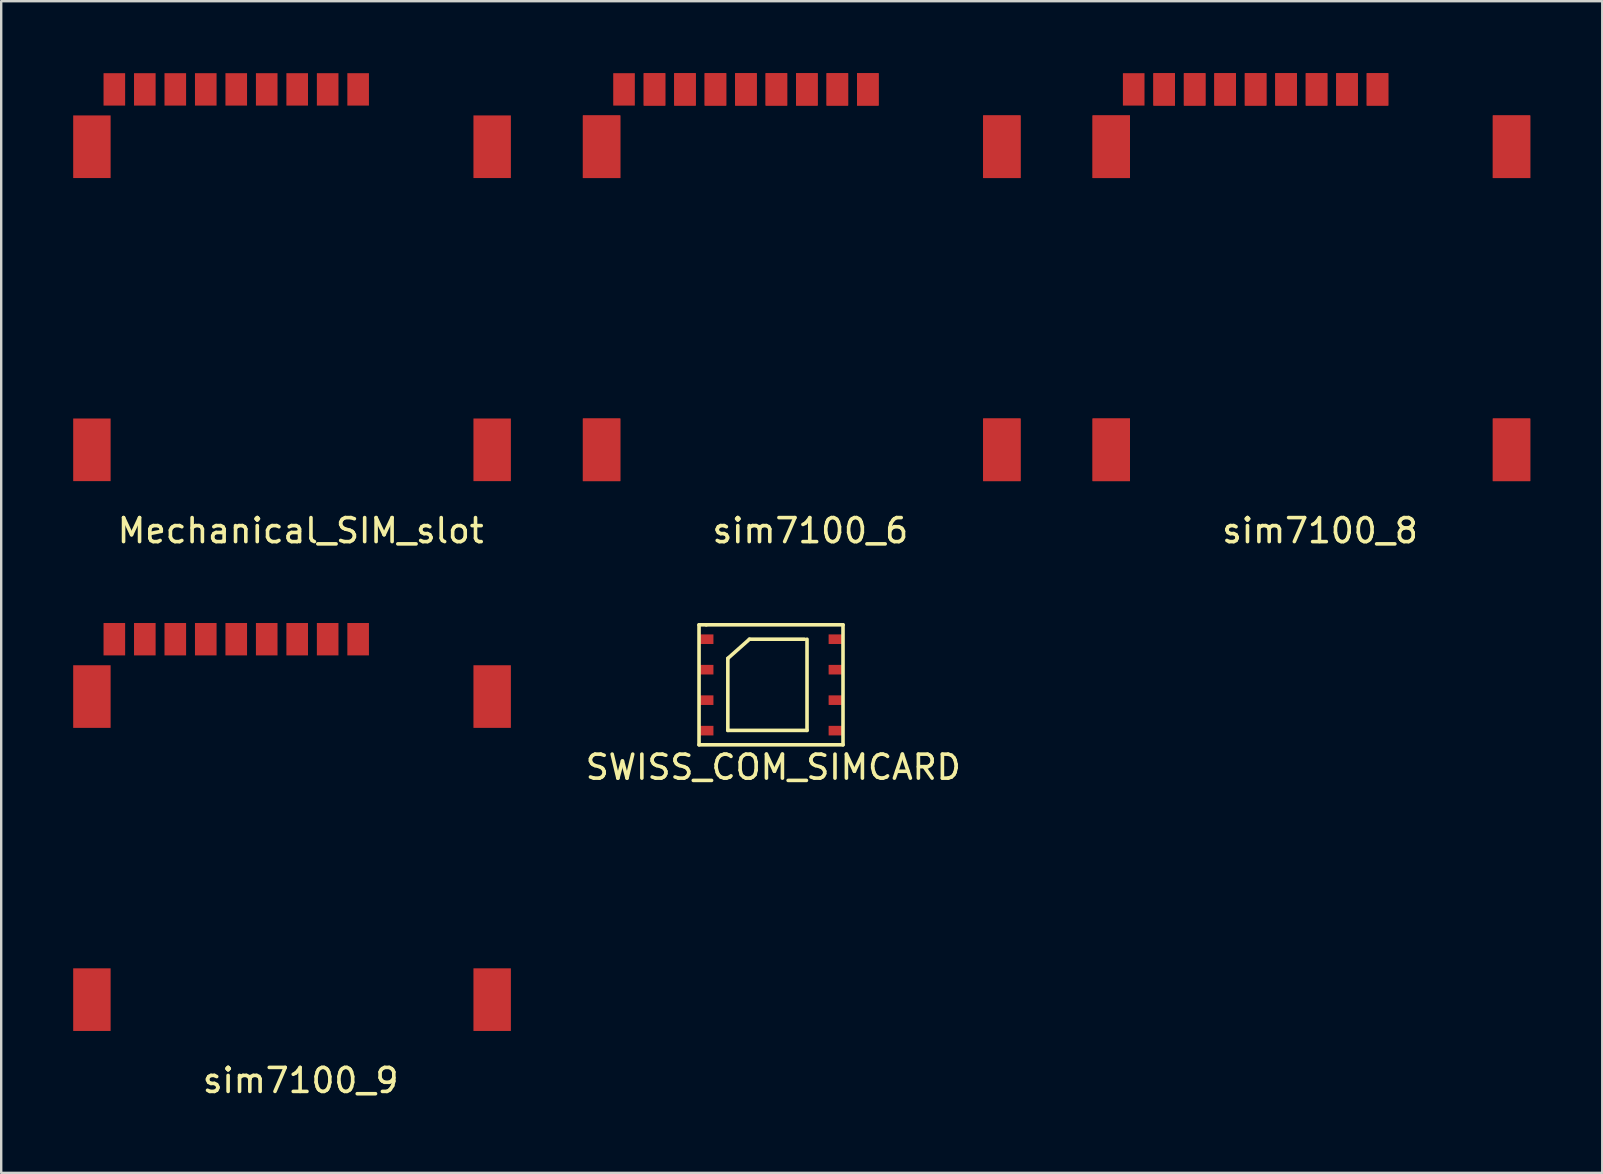
<source format=kicad_pcb>
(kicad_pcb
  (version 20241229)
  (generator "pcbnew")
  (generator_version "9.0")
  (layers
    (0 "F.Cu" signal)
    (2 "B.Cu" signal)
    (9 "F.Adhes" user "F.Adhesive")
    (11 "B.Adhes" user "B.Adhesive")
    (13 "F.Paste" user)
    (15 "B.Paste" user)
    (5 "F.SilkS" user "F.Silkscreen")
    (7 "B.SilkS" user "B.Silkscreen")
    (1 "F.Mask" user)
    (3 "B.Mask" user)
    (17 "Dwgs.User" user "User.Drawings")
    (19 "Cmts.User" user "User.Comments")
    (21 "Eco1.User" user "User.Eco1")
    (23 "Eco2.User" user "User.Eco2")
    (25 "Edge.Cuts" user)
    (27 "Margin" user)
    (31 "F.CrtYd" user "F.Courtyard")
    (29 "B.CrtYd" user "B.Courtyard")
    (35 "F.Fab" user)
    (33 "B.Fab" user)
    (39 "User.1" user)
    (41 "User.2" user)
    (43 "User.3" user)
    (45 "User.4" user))
  (footprint "sim7100_6"
    (layer "F.Cu")
    (at 22.02 3.065)
    (property "Reference" "sim7100_6" (at 8.7 16 0) (layer "F.SilkS") (effects (font (size 1 1) (thickness 0.15))))
    (attr through_hole)
    (pad "" smd rect (at 0 0) (size 1.56 2.61) (layers "F.Cu" "F.Mask" "F.Paste"))
    (pad "" smd rect (at 0 0) (size 1.56 2.61) (layers "F.Cu" "F.Mask" "F.Paste"))
    (pad "" smd rect (at 0 12.63) (size 1.56 2.61) (layers "F.Cu" "F.Mask" "F.Paste"))
    (pad "" smd rect (at 0 12.63) (size 1.56 2.61) (layers "F.Cu" "F.Mask" "F.Paste"))
    (pad "" smd rect (at 0.935 -2.39) (size 0.9 1.35) (layers "F.Cu" "F.Mask" "F.Paste"))
    (pad "" smd rect (at 16.68 0) (size 1.56 2.61) (layers "F.Cu" "F.Mask" "F.Paste"))
    (pad "" smd rect (at 16.68 0) (size 1.56 2.61) (layers "F.Cu" "F.Mask" "F.Paste"))
    (pad "" smd rect (at 16.68 12.63) (size 1.56 2.61) (layers "F.Cu" "F.Mask" "F.Paste"))
    (pad "" smd rect (at 16.68 12.63) (size 1.56 2.61) (layers "F.Cu" "F.Mask" "F.Paste"))
    (pad "1" smd rect (at 11.095 -2.39) (size 0.9 1.35) (layers "F.Cu" "F.Mask" "F.Paste"))
    (pad "1" smd rect (at 11.095 -2.39) (size 0.9 1.35) (layers "F.Cu" "F.Mask" "F.Paste"))
    (pad "2" smd rect (at 9.825 -2.39) (size 0.9 1.35) (layers "F.Cu" "F.Mask" "F.Paste"))
    (pad "2" smd rect (at 9.825 -2.39) (size 0.9 1.35) (layers "F.Cu" "F.Mask" "F.Paste"))
    (pad "3" smd rect (at 8.555 -2.39) (size 0.9 1.35) (layers "F.Cu" "F.Mask" "F.Paste"))
    (pad "3" smd rect (at 8.555 -2.39) (size 0.9 1.35) (layers "F.Cu" "F.Mask" "F.Paste"))
    (pad "4" smd rect (at 7.285 -2.39) (size 0.9 1.35) (layers "F.Cu" "F.Mask" "F.Paste"))
    (pad "4" smd rect (at 7.285 -2.39) (size 0.9 1.35) (layers "F.Cu" "F.Mask" "F.Paste"))
    (pad "5" smd rect (at 6.015 -2.39) (size 0.9 1.35) (layers "F.Cu" "F.Mask" "F.Paste"))
    (pad "5" smd rect (at 6.015 -2.39) (size 0.9 1.35) (layers "F.Cu" "F.Mask" "F.Paste"))
    (pad "6" smd rect (at 4.745 -2.39) (size 0.9 1.35) (layers "F.Cu" "F.Mask" "F.Paste"))
    (pad "6" smd rect (at 4.745 -2.39) (size 0.9 1.35) (layers "F.Cu" "F.Mask" "F.Paste"))
    (pad "7" smd rect (at 3.475 -2.39) (size 0.9 1.35) (layers "F.Cu" "F.Mask" "F.Paste"))
    (pad "7" smd rect (at 3.475 -2.39) (size 0.9 1.35) (layers "F.Cu" "F.Mask" "F.Paste"))
    (pad "8" smd rect (at 2.205 -2.39) (size 0.9 1.35) (layers "F.Cu" "F.Mask" "F.Paste"))
    (pad "8" smd rect (at 2.205 -2.39) (size 0.9 1.35) (layers "F.Cu" "F.Mask" "F.Paste")))
  (footprint "SWISS_COM_SIMCARD"
    (layer "F.Cu")
    (at 26.381 23.588)
    (property "Reference" "SWISS_COM_SIMCARD" (at 2.794 5.334 0) (layer "F.SilkS") (effects (font (size 1 1) (thickness 0.15))))
    (attr through_hole)
    (fp_line (start -0.3 4.4) (end -0.3 -0.6) (stroke (width 0.15) (type solid)) (layer "F.SilkS"))
    (fp_line (start 0 -0.6) (end -0.3 -0.6) (stroke (width 0.15) (type solid)) (layer "F.SilkS"))
    (fp_line (start 0 -0.6) (end 5.7 -0.6) (stroke (width 0.15) (type solid)) (layer "F.SilkS"))
    (fp_line (start 0.9 0.8) (end 0.9 3.8) (stroke (width 0.15) (type solid)) (layer "F.SilkS"))
    (fp_line (start 0.9 3.8) (end 4.2 3.8) (stroke (width 0.15) (type solid)) (layer "F.SilkS"))
    (fp_line (start 1.8 0) (end 0.9 0.8) (stroke (width 0.15) (type solid)) (layer "F.SilkS"))
    (fp_line (start 4.1 0) (end 1.8 0) (stroke (width 0.15) (type solid)) (layer "F.SilkS"))
    (fp_line (start 4.2 3.8) (end 4.2 0) (stroke (width 0.15) (type solid)) (layer "F.SilkS"))
    (fp_line (start 5.7 -0.6) (end 5.7 4.4) (stroke (width 0.15) (type solid)) (layer "F.SilkS"))
    (fp_line (start 5.7 4.4) (end -0.3 4.4) (stroke (width 0.15) (type solid)) (layer "F.SilkS"))
    (pad "1" smd rect (at 0 0) (size 0.6 0.4) (layers "F.Cu" "F.Mask" "F.Paste"))
    (pad "2" smd rect (at 0 1.27) (size 0.6 0.4) (layers "F.Cu" "F.Mask" "F.Paste"))
    (pad "3" smd rect (at 0 2.54) (size 0.6 0.4) (layers "F.Cu" "F.Mask" "F.Paste"))
    (pad "4" smd rect (at 0 3.81) (size 0.6 0.4) (layers "F.Cu" "F.Mask" "F.Paste"))
    (pad "5" smd rect (at 5.4 3.81) (size 0.6 0.4) (layers "F.Cu" "F.Mask" "F.Paste"))
    (pad "6" smd rect (at 5.4 2.54) (size 0.6 0.4) (layers "F.Cu" "F.Mask" "F.Paste"))
    (pad "7" smd rect (at 5.4 1.27) (size 0.6 0.4) (layers "F.Cu" "F.Mask" "F.Paste"))
    (pad "8" smd rect (at 5.4 0) (size 0.6 0.4) (layers "F.Cu" "F.Mask" "F.Paste")))
  (footprint "sim7100_8"
    (layer "F.Cu")
    (at 43.26 3.065)
    (property "Reference" "sim7100_8" (at 8.7 16 0) (layer "F.SilkS") (effects (font (size 1 1) (thickness 0.15))))
    (attr through_hole)
    (pad "" smd rect (at 0 0) (size 1.56 2.61) (layers "F.Cu" "F.Mask" "F.Paste"))
    (pad "" smd rect (at 0 0) (size 1.56 2.61) (layers "F.Cu" "F.Mask" "F.Paste"))
    (pad "" smd rect (at 0 12.63) (size 1.56 2.61) (layers "F.Cu" "F.Mask" "F.Paste"))
    (pad "" smd rect (at 0 12.63) (size 1.56 2.61) (layers "F.Cu" "F.Mask" "F.Paste"))
    (pad "" smd rect (at 0.935 -2.39) (size 0.9 1.35) (layers "F.Cu" "F.Mask" "F.Paste"))
    (pad "" smd rect (at 16.68 0) (size 1.56 2.61) (layers "F.Cu" "F.Mask" "F.Paste"))
    (pad "" smd rect (at 16.68 0) (size 1.56 2.61) (layers "F.Cu" "F.Mask" "F.Paste"))
    (pad "" smd rect (at 16.68 12.63) (size 1.56 2.61) (layers "F.Cu" "F.Mask" "F.Paste"))
    (pad "" smd rect (at 16.68 12.63) (size 1.56 2.61) (layers "F.Cu" "F.Mask" "F.Paste"))
    (pad "1" smd rect (at 11.095 -2.39) (size 0.9 1.35) (layers "F.Cu" "F.Mask" "F.Paste"))
    (pad "1" smd rect (at 11.095 -2.39) (size 0.9 1.35) (layers "F.Cu" "F.Mask" "F.Paste"))
    (pad "2" smd rect (at 9.825 -2.39) (size 0.9 1.35) (layers "F.Cu" "F.Mask" "F.Paste"))
    (pad "2" smd rect (at 9.825 -2.39) (size 0.9 1.35) (layers "F.Cu" "F.Mask" "F.Paste"))
    (pad "3" smd rect (at 8.555 -2.39) (size 0.9 1.35) (layers "F.Cu" "F.Mask" "F.Paste"))
    (pad "3" smd rect (at 8.555 -2.39) (size 0.9 1.35) (layers "F.Cu" "F.Mask" "F.Paste"))
    (pad "4" smd rect (at 7.285 -2.39) (size 0.9 1.35) (layers "F.Cu" "F.Mask" "F.Paste"))
    (pad "4" smd rect (at 7.285 -2.39) (size 0.9 1.35) (layers "F.Cu" "F.Mask" "F.Paste"))
    (pad "5" smd rect (at 6.015 -2.39) (size 0.9 1.35) (layers "F.Cu" "F.Mask" "F.Paste"))
    (pad "5" smd rect (at 6.015 -2.39) (size 0.9 1.35) (layers "F.Cu" "F.Mask" "F.Paste"))
    (pad "6" smd rect (at 4.745 -2.39) (size 0.9 1.35) (layers "F.Cu" "F.Mask" "F.Paste"))
    (pad "6" smd rect (at 4.745 -2.39) (size 0.9 1.35) (layers "F.Cu" "F.Mask" "F.Paste"))
    (pad "7" smd rect (at 3.475 -2.39) (size 0.9 1.35) (layers "F.Cu" "F.Mask" "F.Paste"))
    (pad "7" smd rect (at 3.475 -2.39) (size 0.9 1.35) (layers "F.Cu" "F.Mask" "F.Paste"))
    (pad "8" smd rect (at 2.205 -2.39) (size 0.9 1.35) (layers "F.Cu" "F.Mask" "F.Paste"))
    (pad "8" smd rect (at 2.205 -2.39) (size 0.9 1.35) (layers "F.Cu" "F.Mask" "F.Paste")))
  (footprint "Mechanical_SIM_slot"
    (layer "F.Cu")
    (at 0.78 3.065)
    (property "Reference" "Mechanical_SIM_slot" (at 8.7 16 0) (layer "F.SilkS") (effects (font (size 1 1) (thickness 0.15))))
    (attr through_hole)
    (pad "" smd rect (at 0 0) (size 1.56 2.61) (layers "F.Cu" "F.Mask" "F.Paste"))
    (pad "" smd rect (at 0 12.63) (size 1.56 2.61) (layers "F.Cu" "F.Mask" "F.Paste"))
    (pad "" smd rect (at 16.68 0) (size 1.56 2.61) (layers "F.Cu" "F.Mask" "F.Paste"))
    (pad "" smd rect (at 16.68 12.63) (size 1.56 2.61) (layers "F.Cu" "F.Mask" "F.Paste"))
    (pad "1" smd rect (at 11.095 -2.39) (size 0.9 1.35) (layers "F.Cu" "F.Mask" "F.Paste"))
    (pad "2" smd rect (at 9.825 -2.39) (size 0.9 1.35) (layers "F.Cu" "F.Mask" "F.Paste"))
    (pad "3" smd rect (at 8.555 -2.39) (size 0.9 1.35) (layers "F.Cu" "F.Mask" "F.Paste"))
    (pad "4" smd rect (at 7.285 -2.39) (size 0.9 1.35) (layers "F.Cu" "F.Mask" "F.Paste"))
    (pad "5" smd rect (at 6.015 -2.39) (size 0.9 1.35) (layers "F.Cu" "F.Mask" "F.Paste"))
    (pad "6" smd rect (at 4.745 -2.39) (size 0.9 1.35) (layers "F.Cu" "F.Mask" "F.Paste"))
    (pad "7" smd rect (at 3.475 -2.39) (size 0.9 1.35) (layers "F.Cu" "F.Mask" "F.Paste"))
    (pad "8" smd rect (at 2.205 -2.39) (size 0.9 1.35) (layers "F.Cu" "F.Mask" "F.Paste"))
    (pad "D" smd rect (at 0.935 -2.39) (size 0.9 1.35) (layers "F.Cu" "F.Mask" "F.Paste")))
  (footprint "sim7100_9"
    (layer "F.Cu")
    (at 0.78 25.978)
    (property "Reference" "sim7100_9" (at 8.7 16 0) (layer "F.SilkS") (effects (font (size 1 1) (thickness 0.15))))
    (attr through_hole)
    (pad "" smd rect (at 0 0) (size 1.56 2.61) (layers "F.Cu" "F.Mask" "F.Paste"))
    (pad "" smd rect (at 0 12.63) (size 1.56 2.61) (layers "F.Cu" "F.Mask" "F.Paste"))
    (pad "" smd rect (at 16.68 0) (size 1.56 2.61) (layers "F.Cu" "F.Mask" "F.Paste"))
    (pad "" smd rect (at 16.68 12.63) (size 1.56 2.61) (layers "F.Cu" "F.Mask" "F.Paste"))
    (pad "1" smd rect (at 11.095 -2.39) (size 0.9 1.35) (layers "F.Cu" "F.Mask" "F.Paste"))
    (pad "2" smd rect (at 8.555 -2.39) (size 0.9 1.35) (layers "F.Cu" "F.Mask" "F.Paste"))
    (pad "3" smd rect (at 6.015 -2.39) (size 0.9 1.35) (layers "F.Cu" "F.Mask" "F.Paste"))
    (pad "4" smd rect (at 3.475 -2.39) (size 0.9 1.35) (layers "F.Cu" "F.Mask" "F.Paste"))
    (pad "5" smd rect (at 9.825 -2.39) (size 0.9 1.35) (layers "F.Cu" "F.Mask" "F.Paste"))
    (pad "6" smd rect (at 7.285 -2.39) (size 0.9 1.35) (layers "F.Cu" "F.Mask" "F.Paste"))
    (pad "7" smd rect (at 4.745 -2.39) (size 0.9 1.35) (layers "F.Cu" "F.Mask" "F.Paste"))
    (pad "8" smd rect (at 2.205 -2.39) (size 0.9 1.35) (layers "F.Cu" "F.Mask" "F.Paste"))
    (pad "D" smd rect (at 0.935 -2.39) (size 0.9 1.35) (layers "F.Cu" "F.Mask" "F.Paste")))
  (gr_rect
    (start -3 -3)
    (end 63.72 45.827)
    (stroke (width 0.1) (type default))
    (fill no)
    (layer "Edge.Cuts")))
</source>
